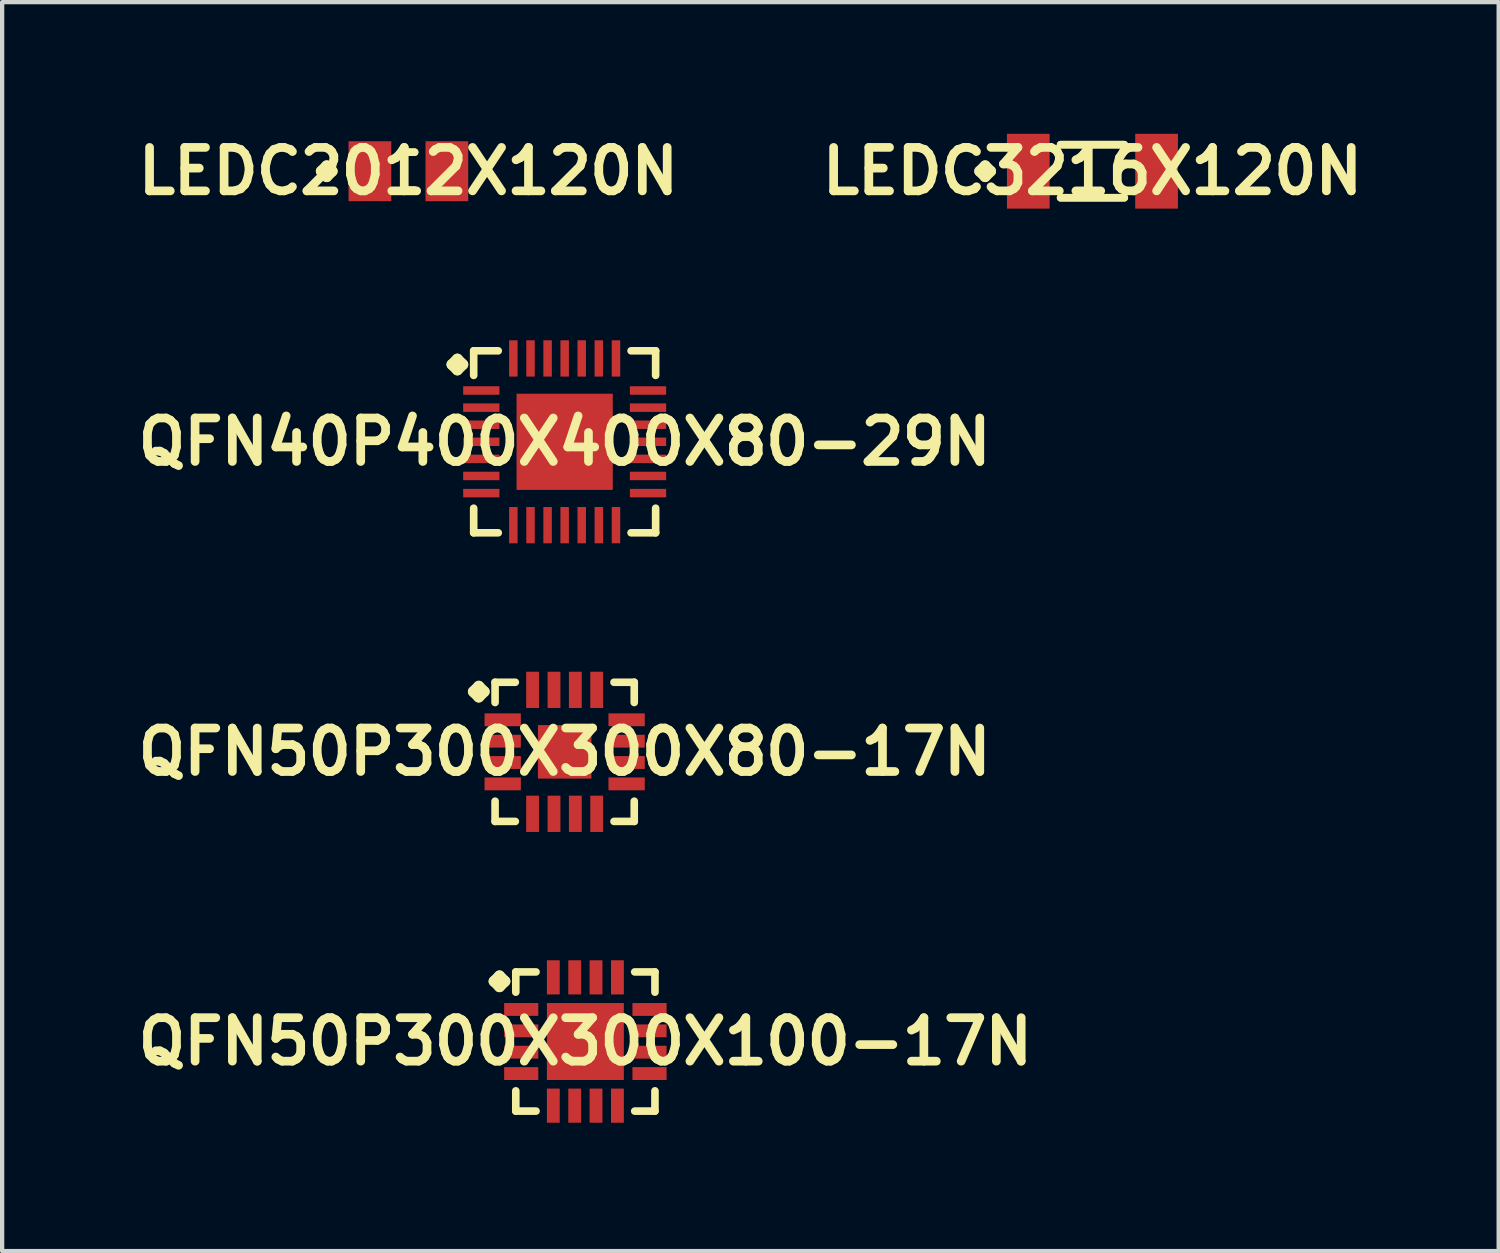
<source format=kicad_pcb>
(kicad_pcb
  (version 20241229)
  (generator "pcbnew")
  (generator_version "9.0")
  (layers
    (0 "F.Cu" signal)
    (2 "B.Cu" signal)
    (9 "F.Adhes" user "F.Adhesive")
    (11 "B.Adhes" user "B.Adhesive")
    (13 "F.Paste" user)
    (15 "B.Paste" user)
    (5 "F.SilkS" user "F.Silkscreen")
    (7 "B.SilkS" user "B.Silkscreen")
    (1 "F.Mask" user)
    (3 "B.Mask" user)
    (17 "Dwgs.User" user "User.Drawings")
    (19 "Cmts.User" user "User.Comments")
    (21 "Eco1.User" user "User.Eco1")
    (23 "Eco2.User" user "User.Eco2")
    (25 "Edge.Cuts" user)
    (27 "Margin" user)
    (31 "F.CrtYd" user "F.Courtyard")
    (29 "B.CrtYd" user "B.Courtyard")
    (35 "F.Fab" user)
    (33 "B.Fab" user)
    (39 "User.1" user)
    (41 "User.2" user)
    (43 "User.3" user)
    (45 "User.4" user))
  (footprint "LEDC2012X120N"
    (layer "F.Cu")
    (at 6.493 0.951)
    (property "Reference" "LEDC2012X120N" (at 0 0 0) (layer "F.SilkS") (effects (font (size 1.016 1.016) (thickness 0.203))))
    (attr smd)
    (fp_line (start -2.035 0) (end -1.908 -0.127) (stroke (width 0.254) (type solid)) (layer "F.SilkS"))
    (fp_line (start -1.908 -0.127) (end -1.781 0) (stroke (width 0.254) (type solid)) (layer "F.SilkS"))
    (fp_line (start -1.908 0.127) (end -2.035 0) (stroke (width 0.254) (type solid)) (layer "F.SilkS"))
    (fp_line (start -1.781 0) (end -1.908 0.127) (stroke (width 0.254) (type solid)) (layer "F.SilkS"))
    (fp_line (start -0.145 -0.445) (end 0.145 -0.445) (stroke (width 0.178) (type solid)) (layer "F.SilkS"))
    (fp_line (start -0.145 0.445) (end 0.145 0.445) (stroke (width 0.178) (type solid)) (layer "F.SilkS"))
    (fp_line (start 0.145 -0.445) (end -0.145 -0.445) (stroke (width 0.178) (type solid)) (layer "F.SilkS"))
    (fp_line (start 0.145 0.445) (end -0.145 0.445) (stroke (width 0.178) (type solid)) (layer "F.SilkS"))
    (pad "1" smd rect (at -0.899 0) (size 0.998 1.4) (layers "F.Cu" "F.Mask" "F.Paste"))
    (pad "2" smd rect (at 0.899 0) (size 0.998 1.4) (layers "F.Cu" "F.Mask" "F.Paste")))
  (footprint "QFN50P300X300X80-17N"
    (layer "F.Cu")
    (at 10.145 14.519)
    (property "Reference" "QFN50P300X300X80-17N" (at 0 0 0) (layer "F.SilkS") (effects (font (size 1.016 1.016) (thickness 0.203))))
    (attr smd)
    (fp_line (start -2.134 -1.407) (end -2.007 -1.534) (stroke (width 0.254) (type solid)) (layer "F.SilkS"))
    (fp_line (start -2.007 -1.534) (end -1.88 -1.407) (stroke (width 0.254) (type solid)) (layer "F.SilkS"))
    (fp_line (start -2.007 -1.28) (end -2.134 -1.407) (stroke (width 0.254) (type solid)) (layer "F.SilkS"))
    (fp_line (start -1.88 -1.407) (end -2.007 -1.28) (stroke (width 0.254) (type solid)) (layer "F.SilkS"))
    (fp_line (start -1.626 -1.626) (end -1.153 -1.626) (stroke (width 0.178) (type solid)) (layer "F.SilkS"))
    (fp_line (start -1.626 -1.153) (end -1.626 -1.626) (stroke (width 0.178) (type solid)) (layer "F.SilkS"))
    (fp_line (start -1.626 1.153) (end -1.626 1.626) (stroke (width 0.178) (type solid)) (layer "F.SilkS"))
    (fp_line (start -1.626 1.626) (end -1.153 1.626) (stroke (width 0.178) (type solid)) (layer "F.SilkS"))
    (fp_line (start 1.153 -1.626) (end 1.626 -1.626) (stroke (width 0.178) (type solid)) (layer "F.SilkS"))
    (fp_line (start 1.153 1.626) (end 1.626 1.626) (stroke (width 0.178) (type solid)) (layer "F.SilkS"))
    (fp_line (start 1.626 -1.626) (end 1.626 -1.153) (stroke (width 0.178) (type solid)) (layer "F.SilkS"))
    (fp_line (start 1.626 1.626) (end 1.626 1.153) (stroke (width 0.178) (type solid)) (layer "F.SilkS"))
    (pad "1" smd rect (at -1.448 -0.749) (size 0.848 0.3) (layers "F.Cu" "F.Mask" "F.Paste"))
    (pad "2" smd rect (at -1.448 -0.249) (size 0.848 0.3) (layers "F.Cu" "F.Mask" "F.Paste"))
    (pad "3" smd rect (at -1.448 0.249) (size 0.848 0.3) (layers "F.Cu" "F.Mask" "F.Paste"))
    (pad "4" smd rect (at -1.448 0.749) (size 0.848 0.3) (layers "F.Cu" "F.Mask" "F.Paste"))
    (pad "5" smd rect (at -0.749 1.448) (size 0.3 0.848) (layers "F.Cu" "F.Mask" "F.Paste"))
    (pad "6" smd rect (at -0.249 1.448) (size 0.3 0.848) (layers "F.Cu" "F.Mask" "F.Paste"))
    (pad "7" smd rect (at 0.249 1.448) (size 0.3 0.848) (layers "F.Cu" "F.Mask" "F.Paste"))
    (pad "8" smd rect (at 0.749 1.448) (size 0.3 0.848) (layers "F.Cu" "F.Mask" "F.Paste"))
    (pad "9" smd rect (at 1.448 0.749) (size 0.848 0.3) (layers "F.Cu" "F.Mask" "F.Paste"))
    (pad "10" smd rect (at 1.448 0.249) (size 0.848 0.3) (layers "F.Cu" "F.Mask" "F.Paste"))
    (pad "11" smd rect (at 1.448 -0.249) (size 0.848 0.3) (layers "F.Cu" "F.Mask" "F.Paste"))
    (pad "12" smd rect (at 1.448 -0.749) (size 0.848 0.3) (layers "F.Cu" "F.Mask" "F.Paste"))
    (pad "13" smd rect (at 0.749 -1.448) (size 0.3 0.848) (layers "F.Cu" "F.Mask" "F.Paste"))
    (pad "14" smd rect (at 0.249 -1.448) (size 0.3 0.848) (layers "F.Cu" "F.Mask" "F.Paste"))
    (pad "15" smd rect (at -0.249 -1.448) (size 0.3 0.848) (layers "F.Cu" "F.Mask" "F.Paste"))
    (pad "16" smd rect (at -0.749 -1.448) (size 0.3 0.848) (layers "F.Cu" "F.Mask" "F.Paste"))
    (pad "17" smd rect (at 0 0) (size 1.25 1.25) (layers "F.Cu" "F.Mask" "F.Paste")))
  (footprint "LEDC3216X120N"
    (layer "F.Cu")
    (at 22.478 0.951)
    (property "Reference" "LEDC3216X120N" (at 0 0 0) (layer "F.SilkS") (effects (font (size 1.016 1.016) (thickness 0.203))))
    (attr smd)
    (fp_line (start -2.634 0) (end -2.507 -0.127) (stroke (width 0.254) (type solid)) (layer "F.SilkS"))
    (fp_line (start -2.507 -0.127) (end -2.38 0) (stroke (width 0.254) (type solid)) (layer "F.SilkS"))
    (fp_line (start -2.507 0.127) (end -2.634 0) (stroke (width 0.254) (type solid)) (layer "F.SilkS"))
    (fp_line (start -2.38 0) (end -2.507 0.127) (stroke (width 0.254) (type solid)) (layer "F.SilkS"))
    (fp_line (start -0.744 -0.62) (end 0.744 -0.62) (stroke (width 0.178) (type solid)) (layer "F.SilkS"))
    (fp_line (start -0.744 0.62) (end 0.744 0.62) (stroke (width 0.178) (type solid)) (layer "F.SilkS"))
    (fp_line (start 0.744 -0.62) (end -0.744 -0.62) (stroke (width 0.178) (type solid)) (layer "F.SilkS"))
    (fp_line (start 0.744 0.62) (end -0.744 0.62) (stroke (width 0.178) (type solid)) (layer "F.SilkS"))
    (pad "1" smd rect (at -1.499 0) (size 0.998 1.748) (layers "F.Cu" "F.Mask" "F.Paste"))
    (pad "2" smd rect (at 1.499 0) (size 0.998 1.748) (layers "F.Cu" "F.Mask" "F.Paste")))
  (footprint "QFN50P300X300X100-17N"
    (layer "F.Cu")
    (at 10.629 21.288)
    (property "Reference" "QFN50P300X300X100-17N" (at 0 0 0) (layer "F.SilkS") (effects (font (size 1.016 1.016) (thickness 0.203))))
    (attr smd)
    (fp_line (start -2.134 -1.407) (end -2.007 -1.534) (stroke (width 0.254) (type solid)) (layer "F.SilkS"))
    (fp_line (start -2.007 -1.534) (end -1.88 -1.407) (stroke (width 0.254) (type solid)) (layer "F.SilkS"))
    (fp_line (start -2.007 -1.28) (end -2.134 -1.407) (stroke (width 0.254) (type solid)) (layer "F.SilkS"))
    (fp_line (start -1.88 -1.407) (end -2.007 -1.28) (stroke (width 0.254) (type solid)) (layer "F.SilkS"))
    (fp_line (start -1.626 -1.626) (end -1.153 -1.626) (stroke (width 0.178) (type solid)) (layer "F.SilkS"))
    (fp_line (start -1.626 -1.153) (end -1.626 -1.626) (stroke (width 0.178) (type solid)) (layer "F.SilkS"))
    (fp_line (start -1.626 1.153) (end -1.626 1.626) (stroke (width 0.178) (type solid)) (layer "F.SilkS"))
    (fp_line (start -1.626 1.626) (end -1.153 1.626) (stroke (width 0.178) (type solid)) (layer "F.SilkS"))
    (fp_line (start 1.153 -1.626) (end 1.626 -1.626) (stroke (width 0.178) (type solid)) (layer "F.SilkS"))
    (fp_line (start 1.153 1.626) (end 1.626 1.626) (stroke (width 0.178) (type solid)) (layer "F.SilkS"))
    (fp_line (start 1.626 -1.626) (end 1.626 -1.153) (stroke (width 0.178) (type solid)) (layer "F.SilkS"))
    (fp_line (start 1.626 1.626) (end 1.626 1.153) (stroke (width 0.178) (type solid)) (layer "F.SilkS"))
    (pad "1" smd rect (at -1.499 -0.749) (size 0.798 0.3) (layers "F.Cu" "F.Mask" "F.Paste"))
    (pad "2" smd rect (at -1.499 -0.249) (size 0.798 0.3) (layers "F.Cu" "F.Mask" "F.Paste"))
    (pad "3" smd rect (at -1.499 0.249) (size 0.798 0.3) (layers "F.Cu" "F.Mask" "F.Paste"))
    (pad "4" smd rect (at -1.499 0.749) (size 0.798 0.3) (layers "F.Cu" "F.Mask" "F.Paste"))
    (pad "5" smd rect (at -0.749 1.499) (size 0.3 0.798) (layers "F.Cu" "F.Mask" "F.Paste"))
    (pad "6" smd rect (at -0.249 1.499) (size 0.3 0.798) (layers "F.Cu" "F.Mask" "F.Paste"))
    (pad "7" smd rect (at 0.249 1.499) (size 0.3 0.798) (layers "F.Cu" "F.Mask" "F.Paste"))
    (pad "8" smd rect (at 0.749 1.499) (size 0.3 0.798) (layers "F.Cu" "F.Mask" "F.Paste"))
    (pad "9" smd rect (at 1.499 0.749) (size 0.798 0.3) (layers "F.Cu" "F.Mask" "F.Paste"))
    (pad "10" smd rect (at 1.499 0.249) (size 0.798 0.3) (layers "F.Cu" "F.Mask" "F.Paste"))
    (pad "11" smd rect (at 1.499 -0.249) (size 0.798 0.3) (layers "F.Cu" "F.Mask" "F.Paste"))
    (pad "12" smd rect (at 1.499 -0.749) (size 0.798 0.3) (layers "F.Cu" "F.Mask" "F.Paste"))
    (pad "13" smd rect (at 0.749 -1.499) (size 0.3 0.798) (layers "F.Cu" "F.Mask" "F.Paste"))
    (pad "14" smd rect (at 0.249 -1.499) (size 0.3 0.798) (layers "F.Cu" "F.Mask" "F.Paste"))
    (pad "15" smd rect (at -0.249 -1.499) (size 0.3 0.798) (layers "F.Cu" "F.Mask" "F.Paste"))
    (pad "16" smd rect (at -0.749 -1.499) (size 0.3 0.798) (layers "F.Cu" "F.Mask" "F.Paste"))
    (pad "17" smd rect (at 0 0) (size 1.798 1.798) (layers "F.Cu" "F.Mask" "F.Paste")))
  (footprint "QFN40P400X400X80-29N"
    (layer "F.Cu")
    (at 10.145 7.274)
    (property "Reference" "QFN40P400X400X80-29N" (at 0 0 0) (layer "F.SilkS") (effects (font (size 1.016 1.016) (thickness 0.203))))
    (attr smd)
    (fp_line (start -2.634 -1.806) (end -2.507 -1.933) (stroke (width 0.254) (type solid)) (layer "F.SilkS"))
    (fp_line (start -2.507 -1.933) (end -2.38 -1.806) (stroke (width 0.254) (type solid)) (layer "F.SilkS"))
    (fp_line (start -2.507 -1.679) (end -2.634 -1.806) (stroke (width 0.254) (type solid)) (layer "F.SilkS"))
    (fp_line (start -2.38 -1.806) (end -2.507 -1.679) (stroke (width 0.254) (type solid)) (layer "F.SilkS"))
    (fp_line (start -2.126 -2.126) (end -1.552 -2.126) (stroke (width 0.178) (type solid)) (layer "F.SilkS"))
    (fp_line (start -2.126 -1.552) (end -2.126 -2.126) (stroke (width 0.178) (type solid)) (layer "F.SilkS"))
    (fp_line (start -2.126 1.552) (end -2.126 2.126) (stroke (width 0.178) (type solid)) (layer "F.SilkS"))
    (fp_line (start -2.126 2.126) (end -1.552 2.126) (stroke (width 0.178) (type solid)) (layer "F.SilkS"))
    (fp_line (start 1.552 -2.126) (end 2.126 -2.126) (stroke (width 0.178) (type solid)) (layer "F.SilkS"))
    (fp_line (start 1.552 2.126) (end 2.126 2.126) (stroke (width 0.178) (type solid)) (layer "F.SilkS"))
    (fp_line (start 2.126 -2.126) (end 2.126 -1.552) (stroke (width 0.178) (type solid)) (layer "F.SilkS"))
    (fp_line (start 2.126 2.126) (end 2.126 1.552) (stroke (width 0.178) (type solid)) (layer "F.SilkS"))
    (pad "1" smd rect (at -1.948 -1.199) (size 0.848 0.198) (layers "F.Cu" "F.Mask" "F.Paste"))
    (pad "2" smd rect (at -1.948 -0.798) (size 0.848 0.198) (layers "F.Cu" "F.Mask" "F.Paste"))
    (pad "3" smd rect (at -1.948 -0.399) (size 0.848 0.198) (layers "F.Cu" "F.Mask" "F.Paste"))
    (pad "4" smd rect (at -1.948 0) (size 0.848 0.198) (layers "F.Cu" "F.Mask" "F.Paste"))
    (pad "5" smd rect (at -1.948 0.399) (size 0.848 0.198) (layers "F.Cu" "F.Mask" "F.Paste"))
    (pad "6" smd rect (at -1.948 0.798) (size 0.848 0.198) (layers "F.Cu" "F.Mask" "F.Paste"))
    (pad "7" smd rect (at -1.948 1.199) (size 0.848 0.198) (layers "F.Cu" "F.Mask" "F.Paste"))
    (pad "8" smd rect (at -1.199 1.948) (size 0.198 0.848) (layers "F.Cu" "F.Mask" "F.Paste"))
    (pad "9" smd rect (at -0.798 1.948) (size 0.198 0.848) (layers "F.Cu" "F.Mask" "F.Paste"))
    (pad "10" smd rect (at -0.399 1.948) (size 0.198 0.848) (layers "F.Cu" "F.Mask" "F.Paste"))
    (pad "11" smd rect (at 0 1.948) (size 0.198 0.848) (layers "F.Cu" "F.Mask" "F.Paste"))
    (pad "12" smd rect (at 0.399 1.948) (size 0.198 0.848) (layers "F.Cu" "F.Mask" "F.Paste"))
    (pad "13" smd rect (at 0.798 1.948) (size 0.198 0.848) (layers "F.Cu" "F.Mask" "F.Paste"))
    (pad "14" smd rect (at 1.199 1.948) (size 0.198 0.848) (layers "F.Cu" "F.Mask" "F.Paste"))
    (pad "15" smd rect (at 1.948 1.199) (size 0.848 0.198) (layers "F.Cu" "F.Mask" "F.Paste"))
    (pad "16" smd rect (at 1.948 0.798) (size 0.848 0.198) (layers "F.Cu" "F.Mask" "F.Paste"))
    (pad "17" smd rect (at 1.948 0.399) (size 0.848 0.198) (layers "F.Cu" "F.Mask" "F.Paste"))
    (pad "18" smd rect (at 1.948 0) (size 0.848 0.198) (layers "F.Cu" "F.Mask" "F.Paste"))
    (pad "19" smd rect (at 1.948 -0.399) (size 0.848 0.198) (layers "F.Cu" "F.Mask" "F.Paste"))
    (pad "20" smd rect (at 1.948 -0.798) (size 0.848 0.198) (layers "F.Cu" "F.Mask" "F.Paste"))
    (pad "21" smd rect (at 1.948 -1.199) (size 0.848 0.198) (layers "F.Cu" "F.Mask" "F.Paste"))
    (pad "22" smd rect (at 1.199 -1.948) (size 0.198 0.848) (layers "F.Cu" "F.Mask" "F.Paste"))
    (pad "23" smd rect (at 0.798 -1.948) (size 0.198 0.848) (layers "F.Cu" "F.Mask" "F.Paste"))
    (pad "24" smd rect (at 0.399 -1.948) (size 0.198 0.848) (layers "F.Cu" "F.Mask" "F.Paste"))
    (pad "25" smd rect (at 0 -1.948) (size 0.198 0.848) (layers "F.Cu" "F.Mask" "F.Paste"))
    (pad "26" smd rect (at -0.399 -1.948) (size 0.198 0.848) (layers "F.Cu" "F.Mask" "F.Paste"))
    (pad "27" smd rect (at -0.798 -1.948) (size 0.198 0.848) (layers "F.Cu" "F.Mask" "F.Paste"))
    (pad "28" smd rect (at -1.199 -1.948) (size 0.198 0.848) (layers "F.Cu" "F.Mask" "F.Paste"))
    (pad "29" smd rect (at 0 0) (size 2.248 2.248) (layers "F.Cu" "F.Mask" "F.Paste")))
  (gr_rect
    (start -3 -3)
    (end 31.971 26.185)
    (stroke (width 0.1) (type default))
    (fill no)
    (layer "Edge.Cuts")))
</source>
